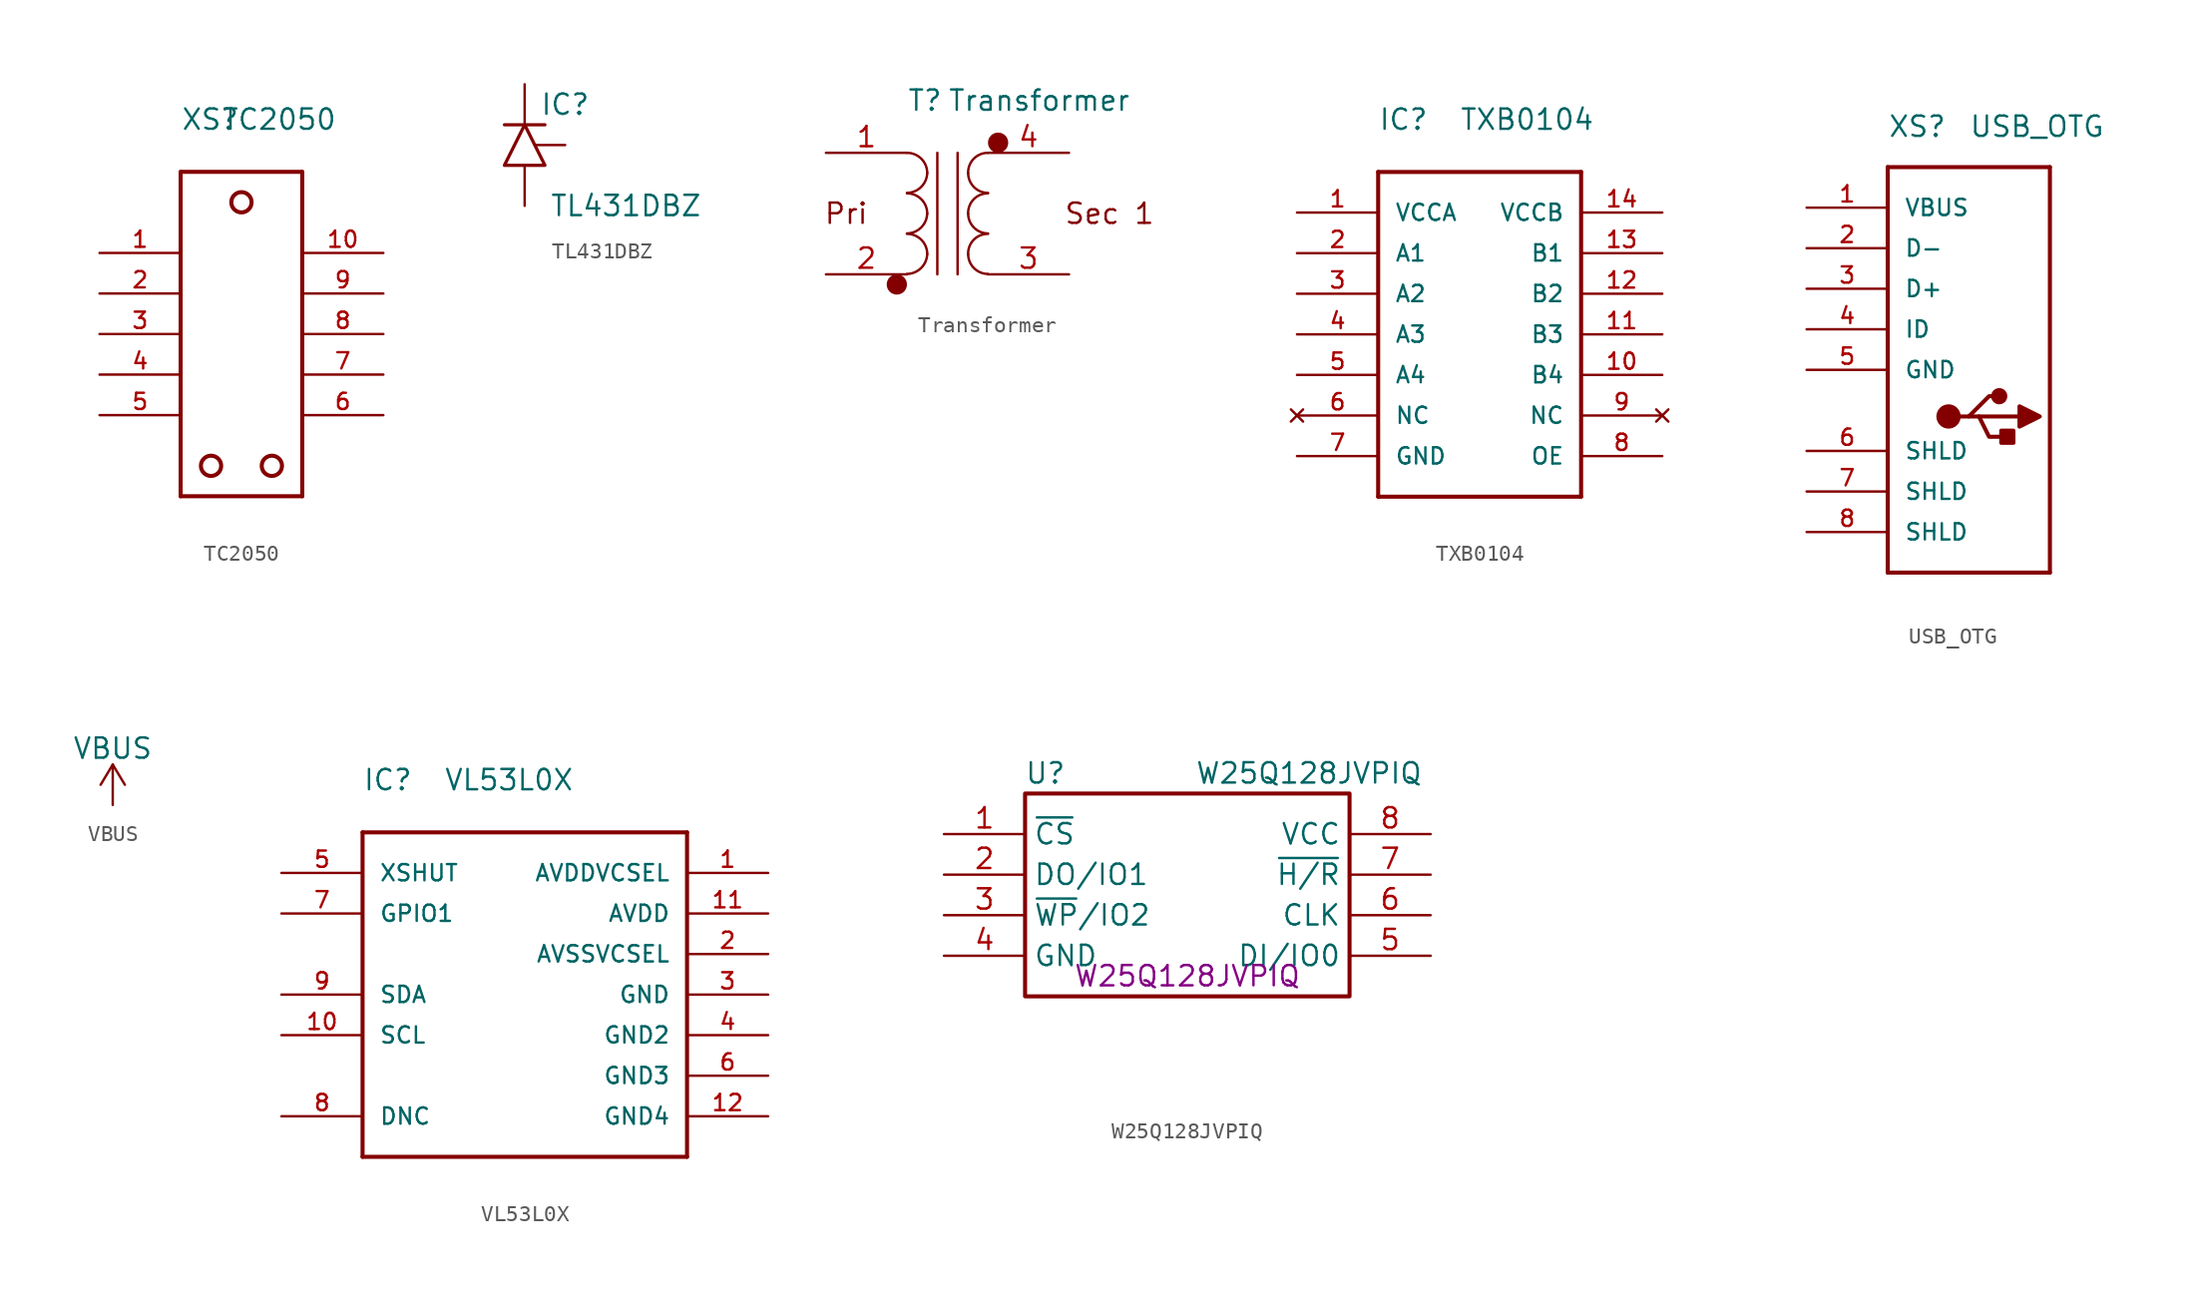
<source format=kicad_sym>
(kicad_symbol_lib
  (version 20220914)
  (generator kicad_symbol_editor)
  (symbol "TC2050"
    (pin_names
      (offset 1.016))
    (property "Reference" "XS"
      (at 0 2.54 0)
      (effects (font (size 1.27 1.27)) (justify left bottom)))
    (property "Value" "TC2050"
      (at 2.54 2.54 0)
      (effects (font (size 1.27 1.27)) (justify left bottom)))
    (symbol "TC2050_0_1"
      (circle (center 1.905 -18.415) (radius 0.635) (stroke (width 0.254) (type solid)) (fill (type none)))
      (circle (center 3.81 -1.905) (radius 0.635) (stroke (width 0.254) (type solid)) (fill (type none)))
      (circle (center 5.715 -18.415) (radius 0.635) (stroke (width 0.254) (type solid)) (fill (type none))))
    (symbol "TC2050_1_0"
      (polyline (pts (xy 0 -20.32) (xy 0 0)) (stroke (width 0.254) (type solid)) (fill (type none)))
      (polyline (pts (xy 0 0) (xy 7.62 0)) (stroke (width 0.254) (type solid)) (fill (type none)))
      (polyline (pts (xy 7.62 -20.32) (xy 0 -20.32)) (stroke (width 0.254) (type solid)) (fill (type none)))
      (polyline (pts (xy 7.62 0) (xy 7.62 -20.32)) (stroke (width 0.254) (type solid)) (fill (type none))))
    (symbol "TC2050_1_1"
      (pin passive line (at -5.08 -5.08 0) (length 5.08) (name "~" (effects (font (size 1.016 1.016)))) (number "1" (effects (font (size 1.016 1.016)))))
      (pin passive line (at 12.7 -5.08 180) (length 5.08) (name "~" (effects (font (size 1.016 1.016)))) (number "10" (effects (font (size 1.016 1.016)))))
      (pin passive line (at -5.08 -7.62 0) (length 5.08) (name "~" (effects (font (size 1.016 1.016)))) (number "2" (effects (font (size 1.016 1.016)))))
      (pin passive line (at -5.08 -10.16 0) (length 5.08) (name "~" (effects (font (size 1.016 1.016)))) (number "3" (effects (font (size 1.016 1.016)))))
      (pin passive line (at -5.08 -12.7 0) (length 5.08) (name "~" (effects (font (size 1.016 1.016)))) (number "4" (effects (font (size 1.016 1.016)))))
      (pin passive line (at -5.08 -15.24 0) (length 5.08) (name "~" (effects (font (size 1.016 1.016)))) (number "5" (effects (font (size 1.016 1.016)))))
      (pin passive line (at 12.7 -15.24 180) (length 5.08) (name "~" (effects (font (size 1.016 1.016)))) (number "6" (effects (font (size 1.016 1.016)))))
      (pin passive line (at 12.7 -12.7 180) (length 5.08) (name "~" (effects (font (size 1.016 1.016)))) (number "7" (effects (font (size 1.016 1.016)))))
      (pin passive line (at 12.7 -10.16 180) (length 5.08) (name "~" (effects (font (size 1.016 1.016)))) (number "8" (effects (font (size 1.016 1.016)))))
      (pin passive line (at 12.7 -7.62 180) (length 5.08) (name "~" (effects (font (size 1.016 1.016)))) (number "9" (effects (font (size 1.016 1.016)))))))
  (symbol "TL431DBZ"
    (pin_numbers hide)
    (pin_names
      (offset 1.016) hide)
    (property "Reference" "IC"
      (at 2.54 -1.27 0)
      (effects (font (size 1.27 1.27))))
    (property "Value" "TL431DBZ"
      (at 6.35 -7.62 0)
      (effects (font (size 1.27 1.27))))
    (symbol "TL431DBZ_1_1"
      (polyline (pts (xy 1.27 -2.54) (xy -1.27 -2.54)) (stroke (width 0.203) (type solid)) (fill (type none)))
      (polyline (pts (xy 1.27 -5.08) (xy -1.27 -5.08) (xy 0 -2.54) (xy 1.27 -5.08)) (stroke (width 0.203) (type solid)) (fill (type none)))
      (pin passive line (at 0 0 270) (length 2.54) (name "K" (effects (font (size 1.27 1.27)))) (number "1" (effects (font (size 1.27 1.27)))))
      (pin passive line (at 2.54 -3.81 180) (length 1.905) (name "REF" (effects (font (size 1.016 1.016)))) (number "2" (effects (font (size 1.016 1.016)))))
      (pin passive line (at 0 -7.62 90) (length 2.54) (name "A" (effects (font (size 1.27 1.27)))) (number "3" (effects (font (size 1.27 1.27)))))))
  (symbol "Transformer"
    (pin_names
      (offset 1.016))
    (property "Reference" "T"
      (at 5.08 2.54 0)
      (effects (font (size 1.27 1.27)) (justify left bottom)))
    (property "Value" "Transformer"
      (at 7.62 2.54 0)
      (effects (font (size 1.27 1.27)) (justify left bottom)))
    (symbol "Transformer_0_0"
      (text "Pri" (at 1.27 -3.81 0) (effects (font (size 1.27 1.27)))))
    (symbol "Transformer_1_1"
      (polyline (pts (xy 6.985 0) (xy 6.985 -7.62)) (stroke (width 0) (type solid)) (fill (type none)))
      (polyline (pts (xy 8.255 -7.62) (xy 8.255 0)) (stroke (width 0) (type solid)) (fill (type none)))
      (circle (center 4.445 -8.255) (radius 0.0001) (stroke (width 0.635) (type solid)) (fill (type none)))
      (arc (start 5.08 -7.5946) (mid 5.9601 -7.2301) (end 6.35 -6.35) (stroke (width 0) (type solid)) (fill (type none)))
      (arc (start 5.08 -5.0546) (mid 5.9601 -4.6901) (end 6.35 -3.81) (stroke (width 0) (type solid)) (fill (type none)))
      (arc (start 5.08 -2.5146) (mid 5.9601 -2.1501) (end 6.35 -1.27) (stroke (width 0) (type solid)) (fill (type none)))
      (arc (start 6.35 -6.35) (mid 5.978 -5.452) (end 5.08 -5.08) (stroke (width 0) (type solid)) (fill (type none)))
      (arc (start 6.35 -3.81) (mid 5.978 -2.912) (end 5.08 -2.54) (stroke (width 0) (type solid)) (fill (type none)))
      (arc (start 6.35 -1.27) (mid 5.978 -0.372) (end 5.08 0) (stroke (width 0) (type solid)) (fill (type none)))
      (arc (start 8.9154 -6.35) (mid 9.2799 -7.2301) (end 10.16 -7.5946) (stroke (width 0) (type solid)) (fill (type none)))
      (arc (start 8.9154 -3.81) (mid 9.2799 -4.6901) (end 10.16 -5.0546) (stroke (width 0) (type solid)) (fill (type none)))
      (arc (start 8.9154 -1.27) (mid 9.2799 -2.1501) (end 10.16 -2.5146) (stroke (width 0) (type solid)) (fill (type none)))
      (arc (start 10.16 -5.08) (mid 9.262 -5.452) (end 8.9154 -6.35) (stroke (width 0) (type solid)) (fill (type none)))
      (arc (start 10.16 -2.54) (mid 9.262 -2.912) (end 8.9154 -3.81) (stroke (width 0) (type solid)) (fill (type none)))
      (arc (start 10.16 0) (mid 9.262 -0.372) (end 8.9154 -1.27) (stroke (width 0) (type solid)) (fill (type none)))
      (circle (center 10.795 0.635) (radius 0.0001) (stroke (width 0.635) (type solid)) (fill (type none)))
      (text "Sec 1" (at 17.78 -3.81 0) (effects (font (size 1.27 1.27))))
      (pin passive line (at 0 0 0) (length 5.08) (name "~" (effects (font (size 1.27 1.27)))) (number "1" (effects (font (size 1.27 1.27)))))
      (pin passive line (at 0 -7.62 0) (length 5.08) (name "~" (effects (font (size 1.27 1.27)))) (number "2" (effects (font (size 1.27 1.27)))))
      (pin passive line (at 15.24 -7.62 180) (length 5.08) (name "~" (effects (font (size 1.27 1.27)))) (number "3" (effects (font (size 1.27 1.27)))))
      (pin passive line (at 15.24 0 180) (length 5.08) (name "~" (effects (font (size 1.27 1.27)))) (number "4" (effects (font (size 1.27 1.27)))))))
  (symbol "TXB0104"
    (pin_names
      (offset 1.016))
    (property "Reference" "IC"
      (at 0 2.54 0)
      (effects (font (size 1.27 1.27)) (justify left bottom)))
    (property "Value" "TXB0104"
      (at 5.08 2.54 0)
      (effects (font (size 1.27 1.27)) (justify left bottom)))
    (symbol "TXB0104_1_0"
      (polyline (pts (xy 0 -20.32) (xy 0 0)) (stroke (width 0.254) (type solid)) (fill (type none)))
      (polyline (pts (xy 0 0) (xy 12.7 0)) (stroke (width 0.254) (type solid)) (fill (type none)))
      (polyline (pts (xy 12.7 -20.32) (xy 0 -20.32)) (stroke (width 0.254) (type solid)) (fill (type none)))
      (polyline (pts (xy 12.7 0) (xy 12.7 -20.32)) (stroke (width 0.254) (type solid)) (fill (type none))))
    (symbol "TXB0104_1_1"
      (pin power_in line (at -5.08 -2.54 0) (length 5.08) (name "VCCA" (effects (font (size 1.016 1.016)))) (number "1" (effects (font (size 1.016 1.016)))))
      (pin bidirectional line (at 17.78 -12.7 180) (length 5.08) (name "B4" (effects (font (size 1.016 1.016)))) (number "10" (effects (font (size 1.016 1.016)))))
      (pin bidirectional line (at 17.78 -10.16 180) (length 5.08) (name "B3" (effects (font (size 1.016 1.016)))) (number "11" (effects (font (size 1.016 1.016)))))
      (pin bidirectional line (at 17.78 -7.62 180) (length 5.08) (name "B2" (effects (font (size 1.016 1.016)))) (number "12" (effects (font (size 1.016 1.016)))))
      (pin bidirectional line (at 17.78 -5.08 180) (length 5.08) (name "B1" (effects (font (size 1.016 1.016)))) (number "13" (effects (font (size 1.016 1.016)))))
      (pin power_in line (at 17.78 -2.54 180) (length 5.08) (name "VCCB" (effects (font (size 1.016 1.016)))) (number "14" (effects (font (size 1.016 1.016)))))
      (pin bidirectional line (at -5.08 -5.08 0) (length 5.08) (name "A1" (effects (font (size 1.016 1.016)))) (number "2" (effects (font (size 1.016 1.016)))))
      (pin bidirectional line (at -5.08 -7.62 0) (length 5.08) (name "A2" (effects (font (size 1.016 1.016)))) (number "3" (effects (font (size 1.016 1.016)))))
      (pin bidirectional line (at -5.08 -10.16 0) (length 5.08) (name "A3" (effects (font (size 1.016 1.016)))) (number "4" (effects (font (size 1.016 1.016)))))
      (pin bidirectional line (at -5.08 -12.7 0) (length 5.08) (name "A4" (effects (font (size 1.016 1.016)))) (number "5" (effects (font (size 1.016 1.016)))))
      (pin no_connect line (at -5.08 -15.24 0) (length 5.08) (name "NC" (effects (font (size 1.016 1.016)))) (number "6" (effects (font (size 1.016 1.016)))))
      (pin power_in line (at -5.08 -17.78 0) (length 5.08) (name "GND" (effects (font (size 1.016 1.016)))) (number "7" (effects (font (size 1.016 1.016)))))
      (pin input line (at 17.78 -17.78 180) (length 5.08) (name "OE" (effects (font (size 1.016 1.016)))) (number "8" (effects (font (size 1.016 1.016)))))
      (pin no_connect line (at 17.78 -15.24 180) (length 5.08) (name "NC" (effects (font (size 1.016 1.016)))) (number "9" (effects (font (size 1.016 1.016)))))))
  (symbol "USB_OTG"
    (pin_names
      (offset 1.016))
    (property "Reference" "XS"
      (at 0 2.54 0)
      (effects (font (size 1.27 1.27)) (justify left)))
    (property "Value" "USB_OTG"
      (at 5.08 2.54 0)
      (effects (font (size 1.27 1.27)) (justify left)))
    (symbol "USB_OTG_0_1"
      (polyline (pts (xy 5.715 -15.621) (xy 8.255 -15.621)) (stroke (width 0.254) (type solid)) (fill (type none)))
      (polyline (pts (xy 4.445 -15.621) (xy 5.08 -15.621) (xy 6.35 -14.351) (xy 6.985 -14.351)) (stroke (width 0.254) (type solid)) (fill (type none)))
      (polyline (pts (xy 5.08 -15.621) (xy 5.715 -15.621) (xy 6.35 -16.891) (xy 7.62 -16.891)) (stroke (width 0.254) (type solid)) (fill (type none)))
      (polyline (pts (xy 8.255 -14.986) (xy 8.255 -16.256) (xy 9.525 -15.621) (xy 8.255 -14.986)) (stroke (width 0.254) (type solid)) (fill (type outline)))
      (circle (center 3.81 -15.621) (radius 0.635) (stroke (width 0.254) (type solid)) (fill (type outline)))
      (circle (center 6.985 -14.351) (radius 0.381) (stroke (width 0.254) (type solid)) (fill (type outline)))
      (rectangle (start 7.874 -16.51) (end 7.112 -17.272) (stroke (width 0.254) (type solid)) (fill (type outline))))
    (symbol "USB_OTG_1_1"
      (polyline (pts (xy 0 -25.4) (xy 0 0)) (stroke (width 0.254) (type solid)) (fill (type none)))
      (polyline (pts (xy 0 0) (xy 10.16 0)) (stroke (width 0.254) (type solid)) (fill (type none)))
      (polyline (pts (xy 10.16 -25.4) (xy 0 -25.4)) (stroke (width 0.254) (type solid)) (fill (type none)))
      (polyline (pts (xy 10.16 0) (xy 10.16 -25.4)) (stroke (width 0.254) (type solid)) (fill (type none)))
      (pin power_in line (at -5.08 -2.54 0) (length 5.08) (name "VBUS" (effects (font (size 1.016 1.016)))) (number "1" (effects (font (size 1.016 1.016)))))
      (pin bidirectional line (at -5.08 -5.08 0) (length 5.08) (name "D-" (effects (font (size 1.016 1.016)))) (number "2" (effects (font (size 1.016 1.016)))))
      (pin bidirectional line (at -5.08 -7.62 0) (length 5.08) (name "D+" (effects (font (size 1.016 1.016)))) (number "3" (effects (font (size 1.016 1.016)))))
      (pin input line (at -5.08 -10.16 0) (length 5.08) (name "ID" (effects (font (size 1.016 1.016)))) (number "4" (effects (font (size 1.016 1.016)))))
      (pin power_in line (at -5.08 -12.7 0) (length 5.08) (name "GND" (effects (font (size 1.016 1.016)))) (number "5" (effects (font (size 1.016 1.016)))))
      (pin input line (at -5.08 -17.78 0) (length 5.08) (name "SHLD" (effects (font (size 1.016 1.016)))) (number "6" (effects (font (size 1.016 1.016)))))
      (pin input line (at -5.08 -20.32 0) (length 5.08) (name "SHLD" (effects (font (size 1.016 1.016)))) (number "7" (effects (font (size 1.016 1.016)))))
      (pin input line (at -5.08 -22.86 0) (length 5.08) (name "SHLD" (effects (font (size 1.016 1.016)))) (number "8" (effects (font (size 1.016 1.016)))))))
  (symbol "VBUS"
    (power)
    (pin_names
      (offset 0))
    (property "Reference" "#PWR"
      (at 0 -3.81 0)
      (effects (font (size 1.27 1.27)) hide))
    (property "Value" "VBUS"
      (at 0 3.556 0)
      (effects (font (size 1.27 1.27))))
    (symbol "VBUS_0_1"
      (polyline (pts (xy -0.762 1.27) (xy 0 2.54)) (stroke (width 0) (type solid)) (fill (type none)))
      (polyline (pts (xy 0 0) (xy 0 2.54)) (stroke (width 0) (type solid)) (fill (type none)))
      (polyline (pts (xy 0 2.54) (xy 0.762 1.27)) (stroke (width 0) (type solid)) (fill (type none))))
    (symbol "VBUS_1_1"
      (pin power_in line (at 0 0 90) (length 0) hide (name "VBUS" (effects (font (size 1.27 1.27)))) (number "1" (effects (font (size 1.27 1.27)))))))
  (symbol "VL53L0X"
    (pin_names
      (offset 1.016))
    (property "Reference" "IC"
      (at 0 2.54 0)
      (effects (font (size 1.27 1.27)) (justify left bottom)))
    (property "Value" "VL53L0X"
      (at 5.08 2.54 0)
      (effects (font (size 1.27 1.27)) (justify left bottom)))
    (symbol "VL53L0X_1_0"
      (polyline (pts (xy 0 -20.32) (xy 0 0)) (stroke (width 0.254) (type solid)) (fill (type none)))
      (polyline (pts (xy 0 0) (xy 20.32 0)) (stroke (width 0.254) (type solid)) (fill (type none)))
      (polyline (pts (xy 20.32 -20.32) (xy 0 -20.32)) (stroke (width 0.254) (type solid)) (fill (type none)))
      (polyline (pts (xy 20.32 0) (xy 20.32 -20.32)) (stroke (width 0.254) (type solid)) (fill (type none))))
    (symbol "VL53L0X_1_1"
      (pin power_in line (at 25.4 -2.54 180) (length 5.08) (name "AVDDVCSEL" (effects (font (size 1.016 1.016)))) (number "1" (effects (font (size 1.016 1.016)))))
      (pin input line (at -5.08 -12.7 0) (length 5.08) (name "SCL" (effects (font (size 1.016 1.016)))) (number "10" (effects (font (size 1.016 1.016)))))
      (pin power_in line (at 25.4 -5.08 180) (length 5.08) (name "AVDD" (effects (font (size 1.016 1.016)))) (number "11" (effects (font (size 1.016 1.016)))))
      (pin power_in line (at 25.4 -17.78 180) (length 5.08) (name "GND4" (effects (font (size 1.016 1.016)))) (number "12" (effects (font (size 1.016 1.016)))))
      (pin power_in line (at 25.4 -7.62 180) (length 5.08) (name "AVSSVCSEL" (effects (font (size 1.016 1.016)))) (number "2" (effects (font (size 1.016 1.016)))))
      (pin power_in line (at 25.4 -10.16 180) (length 5.08) (name "GND" (effects (font (size 1.016 1.016)))) (number "3" (effects (font (size 1.016 1.016)))))
      (pin power_in line (at 25.4 -12.7 180) (length 5.08) (name "GND2" (effects (font (size 1.016 1.016)))) (number "4" (effects (font (size 1.016 1.016)))))
      (pin input line (at -5.08 -2.54 0) (length 5.08) (name "XSHUT" (effects (font (size 1.016 1.016)))) (number "5" (effects (font (size 1.016 1.016)))))
      (pin power_in line (at 25.4 -15.24 180) (length 5.08) (name "GND3" (effects (font (size 1.016 1.016)))) (number "6" (effects (font (size 1.016 1.016)))))
      (pin output line (at -5.08 -5.08 0) (length 5.08) (name "GPIO1" (effects (font (size 1.016 1.016)))) (number "7" (effects (font (size 1.016 1.016)))))
      (pin input line (at -5.08 -17.78 0) (length 5.08) (name "DNC" (effects (font (size 1.016 1.016)))) (number "8" (effects (font (size 1.016 1.016)))))
      (pin bidirectional line (at -5.08 -10.16 0) (length 5.08) (name "SDA" (effects (font (size 1.016 1.016)))) (number "9" (effects (font (size 1.016 1.016)))))))
  (symbol "W25Q128JVPIQ"
    (property "Reference" "U"
      (at 1.27 1.27 0)
      (effects (font (size 1.27 1.27))))
    (property "Value" "W25Q128JVPIQ"
      (at 17.78 1.27 0)
      (effects (font (size 1.27 1.27))))
    (property "Mfr. Part Number" "W25Q128JVPIQ"
      (at 10.16 -11.43 0)
      (effects (font (size 1.27 1.27))))
    (symbol "W25Q128JVPIQ_0_1"
      (rectangle (start 0 0) (end 20.32 -12.7) (stroke (width 0.254) (type solid)) (fill (type none))))
    (symbol "W25Q128JVPIQ_1_1"
      (pin input line (at -5.08 -2.54 0) (length 5.08) (name "~{CS}" (effects (font (size 1.27 1.27)))) (number "1" (effects (font (size 1.27 1.27)))))
      (pin bidirectional line (at -5.08 -5.08 0) (length 5.08) (name "DO/IO1" (effects (font (size 1.27 1.27)))) (number "2" (effects (font (size 1.27 1.27)))))
      (pin bidirectional line (at -5.08 -7.62 0) (length 5.08) (name "~{WP}/IO2" (effects (font (size 1.27 1.27)))) (number "3" (effects (font (size 1.27 1.27)))))
      (pin power_in line (at -5.08 -10.16 0) (length 5.08) (name "GND" (effects (font (size 1.27 1.27)))) (number "4" (effects (font (size 1.27 1.27)))))
      (pin bidirectional line (at 25.4 -10.16 180) (length 5.08) (name "DI/IO0" (effects (font (size 1.27 1.27)))) (number "5" (effects (font (size 1.27 1.27)))))
      (pin input line (at 25.4 -7.62 180) (length 5.08) (name "CLK" (effects (font (size 1.27 1.27)))) (number "6" (effects (font (size 1.27 1.27)))))
      (pin bidirectional line (at 25.4 -5.08 180) (length 5.08) (name "~{H/R}" (effects (font (size 1.27 1.27)))) (number "7" (effects (font (size 1.27 1.27)))))
      (pin power_in line (at 25.4 -2.54 180) (length 5.08) (name "VCC" (effects (font (size 1.27 1.27)))) (number "8" (effects (font (size 1.27 1.27)))))
      (pin power_in line (at 10.16 -17.78 90) (length 5.08) hide (name "GND" (effects (font (size 0 0)))) (number "9" (effects (font (size 0 0))))))))
</source>
